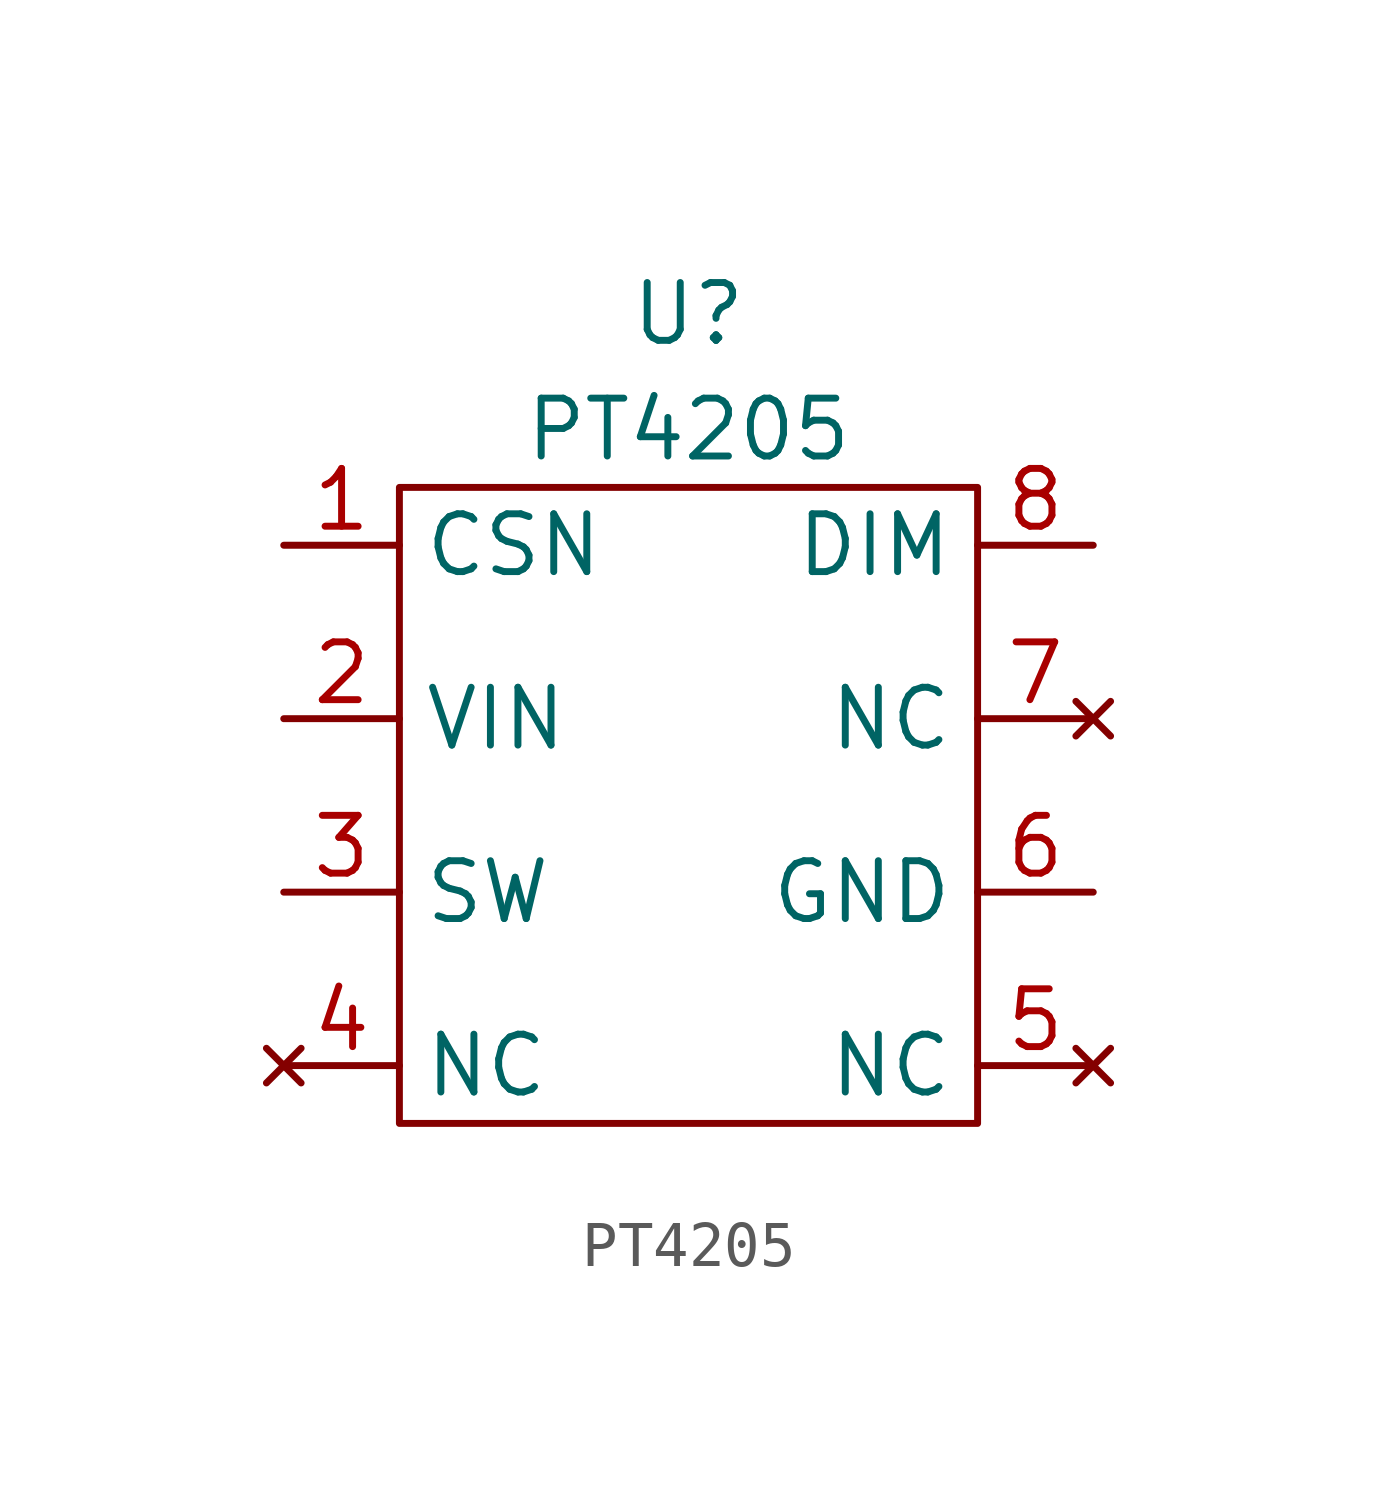
<source format=kicad_sym>
(kicad_symbol_lib
  (version 20211014)
  (generator kicad_symbol_editor)
  (symbol "PT4205"
    (property "Reference" "U"
      (at 0 10.16 0)
      (effects (font (size 1.27 1.27))))
    (property "Value" "PT4205"
      (at 0 7.62 0)
      (effects (font (size 1.27 1.27))))
    (symbol "PT4205_0_1"
      (rectangle (start -6.35 6.35) (end 6.35 -7.62) (stroke (width 0) (type default) (color 0 0 0 0)) (fill (type none))))
    (symbol "PT4205_1_1"
      (pin input line (at -8.89 5.08 0) (length 2.54) (name "CSN" (effects (font (size 1.27 1.27)))) (number "1" (effects (font (size 1.27 1.27)))))
      (pin input line (at -8.89 1.27 0) (length 2.54) (name "VIN" (effects (font (size 1.27 1.27)))) (number "2" (effects (font (size 1.27 1.27)))))
      (pin input line (at -8.89 -2.54 0) (length 2.54) (name "SW" (effects (font (size 1.27 1.27)))) (number "3" (effects (font (size 1.27 1.27)))))
      (pin no_connect line (at -8.89 -6.35 0) (length 2.54) (name "NC" (effects (font (size 1.27 1.27)))) (number "4" (effects (font (size 1.27 1.27)))))
      (pin no_connect line (at 8.89 -6.35 180) (length 2.54) (name "NC" (effects (font (size 1.27 1.27)))) (number "5" (effects (font (size 1.27 1.27)))))
      (pin input line (at 8.89 -2.54 180) (length 2.54) (name "GND" (effects (font (size 1.27 1.27)))) (number "6" (effects (font (size 1.27 1.27)))))
      (pin no_connect line (at 8.89 1.27 180) (length 2.54) (name "NC" (effects (font (size 1.27 1.27)))) (number "7" (effects (font (size 1.27 1.27)))))
      (pin input line (at 8.89 5.08 180) (length 2.54) (name "DIM" (effects (font (size 1.27 1.27)))) (number "8" (effects (font (size 1.27 1.27))))))))
</source>
